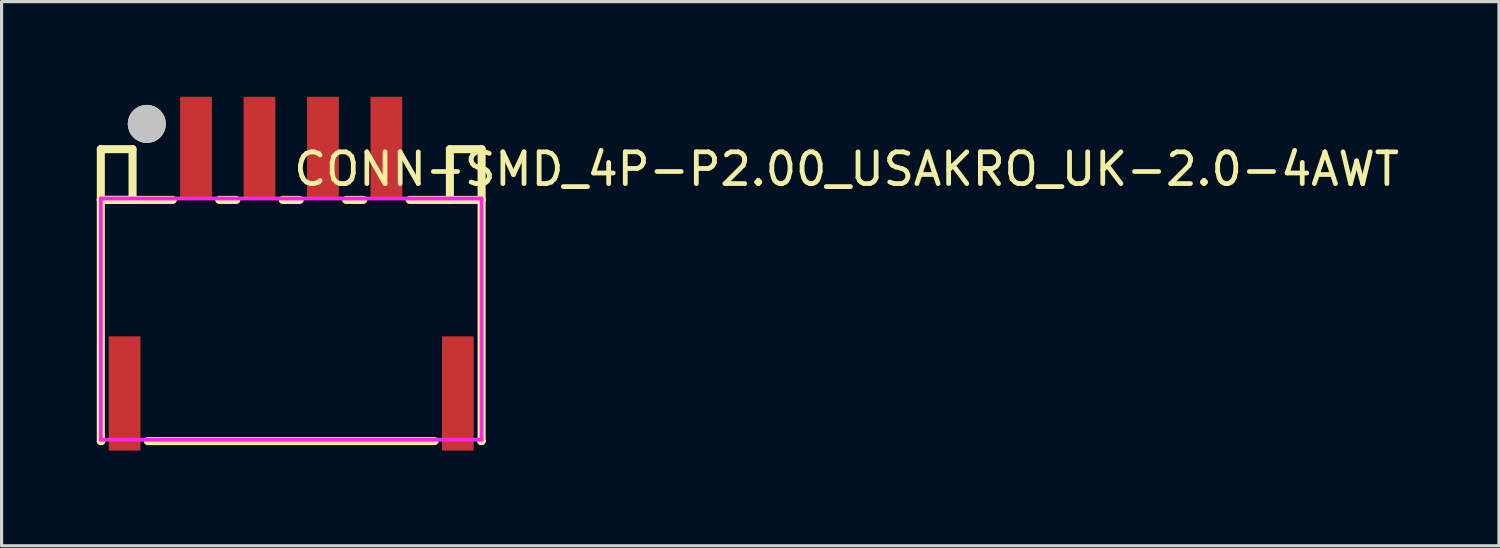
<source format=kicad_pcb>
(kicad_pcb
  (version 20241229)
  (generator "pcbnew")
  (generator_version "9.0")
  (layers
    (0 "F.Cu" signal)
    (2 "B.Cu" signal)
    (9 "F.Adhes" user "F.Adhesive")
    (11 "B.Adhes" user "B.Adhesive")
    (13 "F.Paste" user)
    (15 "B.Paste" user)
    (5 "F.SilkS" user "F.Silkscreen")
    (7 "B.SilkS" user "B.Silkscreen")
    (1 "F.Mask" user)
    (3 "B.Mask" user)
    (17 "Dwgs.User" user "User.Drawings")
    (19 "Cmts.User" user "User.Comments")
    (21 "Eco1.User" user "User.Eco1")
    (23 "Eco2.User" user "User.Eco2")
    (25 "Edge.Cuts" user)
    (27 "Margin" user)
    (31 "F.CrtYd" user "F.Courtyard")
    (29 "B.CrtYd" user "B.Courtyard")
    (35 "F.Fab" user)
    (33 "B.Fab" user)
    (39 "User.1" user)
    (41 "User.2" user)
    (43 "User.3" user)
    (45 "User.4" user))
  (footprint "CONN-SMD_4P-P2.00_USAKRO_UK-2.0-4AWT"
    (layer "F.Cu")
    (at 6.127 5.487)
    (property "Reference" "CONN-SMD_4P-P2.00_USAKRO_UK-2.0-4AWT" (at 0 -3.207 0) (layer "F.SilkS") (effects (font (size 1 1) (thickness 0.15)) (justify left)))
    (attr through_hole)
    (fp_line (start -6 -3.837) (end -5 -3.837) (stroke (width 0.254) (type solid)) (layer "F.SilkS"))
    (fp_line (start -6 -2.237) (end -6 -3.837) (stroke (width 0.254) (type solid)) (layer "F.SilkS"))
    (fp_line (start -6 -2.237) (end -6 5.363) (stroke (width 0.254) (type solid)) (layer "F.SilkS"))
    (fp_line (start -6 -2.237) (end -3.731 -2.237) (stroke (width 0.254) (type solid)) (layer "F.SilkS"))
    (fp_line (start -6 5.363) (end -5.981 5.363) (stroke (width 0.254) (type solid)) (layer "F.SilkS"))
    (fp_line (start -5 -3.837) (end -5 -2.237) (stroke (width 0.254) (type solid)) (layer "F.SilkS"))
    (fp_line (start -5 -2.237) (end -6 -2.237) (stroke (width 0.254) (type solid)) (layer "F.SilkS"))
    (fp_line (start -4.519 5.363) (end 4.519 5.363) (stroke (width 0.254) (type solid)) (layer "F.SilkS"))
    (fp_line (start -2.269 -2.237) (end -1.731 -2.237) (stroke (width 0.254) (type solid)) (layer "F.SilkS"))
    (fp_line (start -0.269 -2.237) (end 0.269 -2.237) (stroke (width 0.254) (type solid)) (layer "F.SilkS"))
    (fp_line (start 1.731 -2.237) (end 2.269 -2.237) (stroke (width 0.254) (type solid)) (layer "F.SilkS"))
    (fp_line (start 3.731 -2.237) (end 6 -2.237) (stroke (width 0.254) (type solid)) (layer "F.SilkS"))
    (fp_line (start 5 -3.837) (end 6 -3.837) (stroke (width 0.254) (type solid)) (layer "F.SilkS"))
    (fp_line (start 5 -2.237) (end 5 -3.837) (stroke (width 0.254) (type solid)) (layer "F.SilkS"))
    (fp_line (start 5.981 5.363) (end 6 5.363) (stroke (width 0.254) (type solid)) (layer "F.SilkS"))
    (fp_line (start 6 -3.837) (end 6 -2.237) (stroke (width 0.254) (type solid)) (layer "F.SilkS"))
    (fp_line (start 6 -2.237) (end 6 5.363) (stroke (width 0.254) (type solid)) (layer "F.SilkS"))
    (fp_circle (center -4.551 -4.632) (end -4.251 -4.632) (stroke (width 0.6) (type solid)) (fill no) (layer "F.SilkS"))
    (fp_circle (center -4.551 -4.632) (end -4.251 -4.632) (stroke (width 0.6) (type solid)) (fill no) (layer "Dwgs.User"))
    (fp_circle (center -6 -5.031) (end -5.97 -5.031) (stroke (width 0.06) (type solid)) (fill no) (layer "Eco2.User"))
    (fp_poly (pts (xy -5.5 2.362) (xy -5 2.362) (xy -5 5.362) (xy -5.5 5.362)) (stroke (width 0.12) (type solid)) (fill no) (layer "Eco2.User"))
    (fp_poly (pts (xy -3.25 -5.031) (xy -2.75 -5.031) (xy -2.75 -2.031) (xy -3.25 -2.031)) (stroke (width 0.12) (type solid)) (fill no) (layer "Eco2.User"))
    (fp_poly (pts (xy -1.25 -5.031) (xy -0.75 -5.031) (xy -0.75 -2.031) (xy -1.25 -2.031)) (stroke (width 0.12) (type solid)) (fill no) (layer "Eco2.User"))
    (fp_poly (pts (xy 0.75 -5.031) (xy 1.25 -5.031) (xy 1.25 -2.031) (xy 0.75 -2.031)) (stroke (width 0.12) (type solid)) (fill no) (layer "Eco2.User"))
    (fp_poly (pts (xy 2.75 -5.031) (xy 3.25 -5.031) (xy 3.25 -2.031) (xy 2.75 -2.031)) (stroke (width 0.12) (type solid)) (fill no) (layer "Eco2.User"))
    (fp_poly (pts (xy 5 2.362) (xy 5.5 2.362) (xy 5.5 5.362) (xy 5 5.362)) (stroke (width 0.12) (type solid)) (fill no) (layer "Eco2.User"))
    (fp_line (start -6 -2.281) (end 6 -2.281) (stroke (width 0.12) (type solid)) (layer "F.CrtYd"))
    (fp_line (start -6 5.319) (end -6 -2.281) (stroke (width 0.12) (type solid)) (layer "F.CrtYd"))
    (fp_line (start 6 -2.281) (end 6 5.319) (stroke (width 0.12) (type solid)) (layer "F.CrtYd"))
    (fp_line (start 6 5.319) (end -6 5.319) (stroke (width 0.12) (type solid)) (layer "F.CrtYd"))
    (pad "1" smd rect (at -3 -3.862) (size 1 3.25) (layers "F.Cu" "F.Mask" "F.Paste"))
    (pad "2" smd rect (at -1 -3.862) (size 1 3.25) (layers "F.Cu" "F.Mask" "F.Paste"))
    (pad "3" smd rect (at 1 -3.862) (size 1 3.25) (layers "F.Cu" "F.Mask" "F.Paste"))
    (pad "4" smd rect (at 3 -3.862) (size 1 3.25) (layers "F.Cu" "F.Mask" "F.Paste"))
    (pad "5" smd rect (at -5.25 3.862) (size 1 3.6) (layers "F.Cu" "F.Mask" "F.Paste"))
    (pad "6" smd rect (at 5.25 3.862) (size 1 3.6) (layers "F.Cu" "F.Mask" "F.Paste")))
  (gr_rect
    (start -3 -3)
    (end 44.187 14.149)
    (stroke (width 0.1) (type default))
    (fill no)
    (layer "Edge.Cuts")))
</source>
